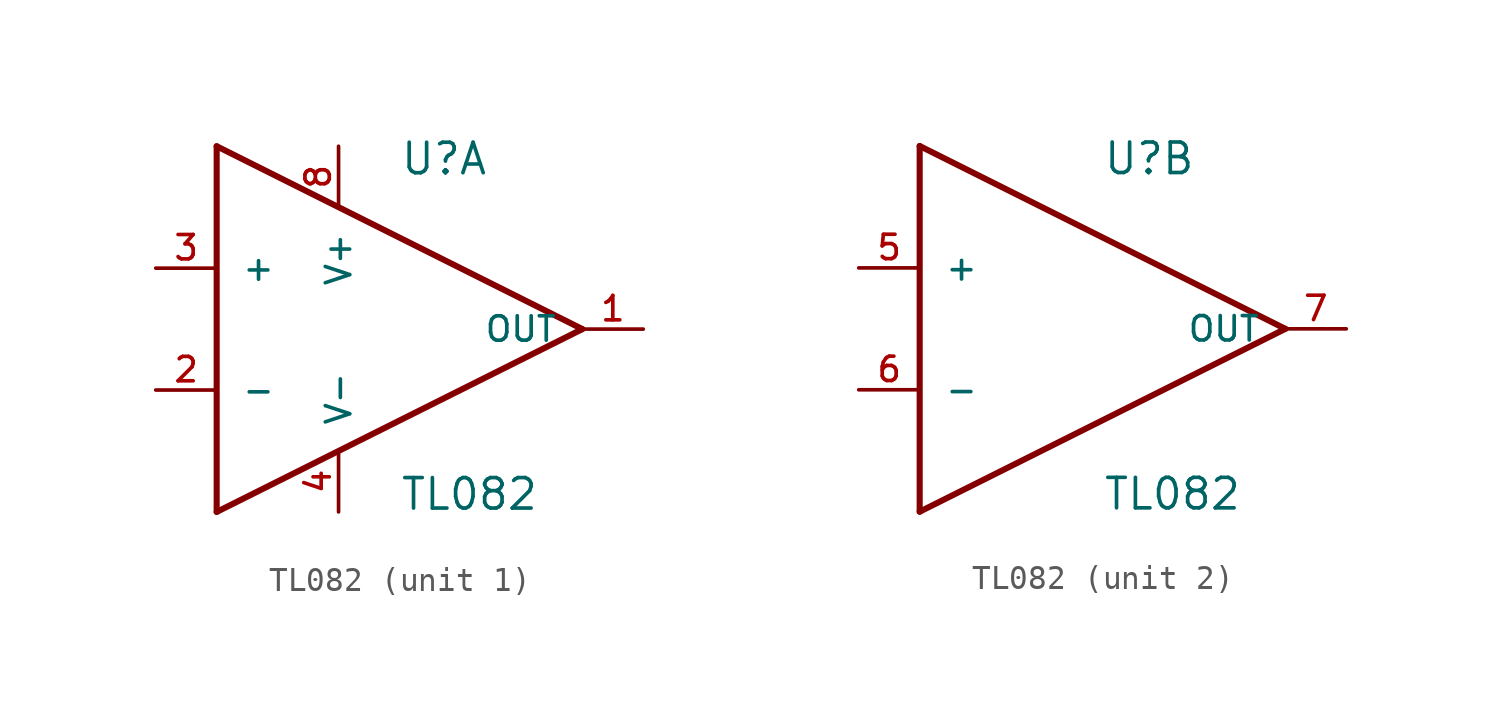
<source format=kicad_sym>
(kicad_symbol_lib
  (version 20211014)
  (generator kicad_symbol_editor)
  (symbol "TL082"
    (pin_names
      (offset 1.016))
    (property "Reference" "U"
      (at 2.542 6.354 0)
      (effects (font (size 1.27 1.27)) (justify bottom left)))
    (property "Value" "TL082"
      (at 2.541 -7.622 0)
      (effects (font (size 1.27 1.27)) (justify bottom left)))
    (symbol "TL082_1_0"
      (polyline (pts (xy -5.08 7.62) (xy -5.08 -7.62)) (stroke (width 0.254)))
      (polyline (pts (xy -5.08 -7.62) (xy 10.16 0.0)) (stroke (width 0.254)))
      (polyline (pts (xy 10.16 0.0) (xy -5.08 7.62)) (stroke (width 0.254)))
      (pin input line (at -7.62 2.54 0) (length 2.54) (name "+" (effects (font (size 1.016 1.016)))) (number "3" (effects (font (size 1.016 1.016)))))
      (pin input line (at -7.62 -2.54 0) (length 2.54) (name "-" (effects (font (size 1.016 1.016)))) (number "2" (effects (font (size 1.016 1.016)))))
      (pin output line (at 12.7 0.0 180.0) (length 2.54) (name "OUT" (effects (font (size 1.016 1.016)))) (number "1" (effects (font (size 1.016 1.016)))))
      (pin power_in line (at 0.0 7.62 270.0) (length 2.54) (name "V+" (effects (font (size 1.016 1.016)))) (number "8" (effects (font (size 1.016 1.016)))))
      (pin power_in line (at 0.0 -7.62 90.0) (length 2.54) (name "V-" (effects (font (size 1.016 1.016)))) (number "4" (effects (font (size 1.016 1.016))))))
    (symbol "TL082_2_0"
      (polyline (pts (xy -5.08 7.62) (xy -5.08 -7.62)) (stroke (width 0.254)))
      (polyline (pts (xy -5.08 -7.62) (xy 10.16 0.0)) (stroke (width 0.254)))
      (polyline (pts (xy 10.16 0.0) (xy -5.08 7.62)) (stroke (width 0.254)))
      (pin input line (at -7.62 2.54 0) (length 2.54) (name "+" (effects (font (size 1.016 1.016)))) (number "5" (effects (font (size 1.016 1.016)))))
      (pin input line (at -7.62 -2.54 0) (length 2.54) (name "-" (effects (font (size 1.016 1.016)))) (number "6" (effects (font (size 1.016 1.016)))))
      (pin output line (at 12.7 0.0 180.0) (length 2.54) (name "OUT" (effects (font (size 1.016 1.016)))) (number "7" (effects (font (size 1.016 1.016))))))))
</source>
